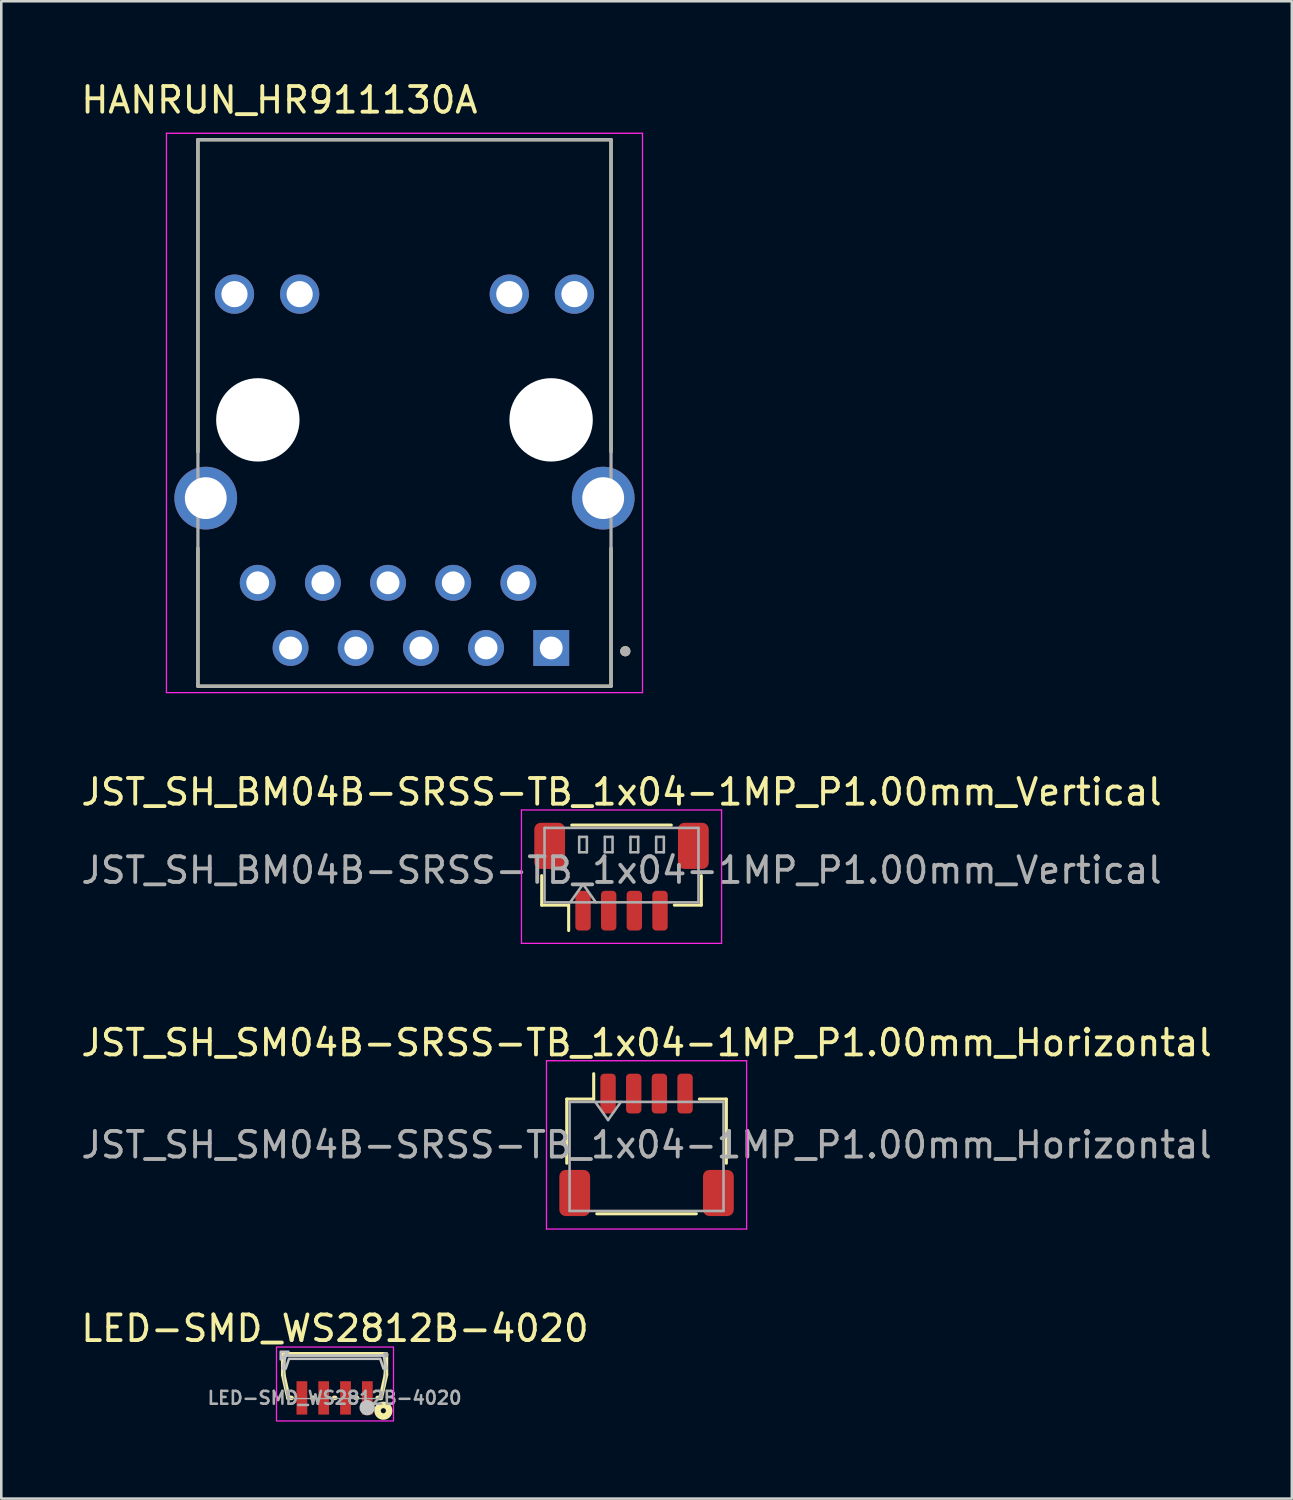
<source format=kicad_pcb>
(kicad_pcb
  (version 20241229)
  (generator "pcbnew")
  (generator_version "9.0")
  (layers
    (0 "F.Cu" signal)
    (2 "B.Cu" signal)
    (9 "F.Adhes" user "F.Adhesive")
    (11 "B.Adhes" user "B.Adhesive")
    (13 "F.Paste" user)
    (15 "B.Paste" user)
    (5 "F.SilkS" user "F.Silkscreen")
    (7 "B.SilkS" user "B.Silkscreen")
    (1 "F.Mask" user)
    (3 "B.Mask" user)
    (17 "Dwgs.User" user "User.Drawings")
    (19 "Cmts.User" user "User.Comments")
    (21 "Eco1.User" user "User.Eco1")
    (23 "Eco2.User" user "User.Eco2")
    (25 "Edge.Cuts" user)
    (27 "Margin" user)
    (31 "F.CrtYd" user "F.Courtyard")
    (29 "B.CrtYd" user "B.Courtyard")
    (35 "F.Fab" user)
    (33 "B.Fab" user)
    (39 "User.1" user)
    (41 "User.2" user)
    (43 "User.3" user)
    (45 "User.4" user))
  (footprint "JST_SH_SM04B-SRSS-TB_1x04-1MP_P1.00mm_Horizontal"
    (layer "F.Cu")
    (at 22.149 41.571)
    (property "Reference" "JST_SH_SM04B-SRSS-TB_1x04-1MP_P1.00mm_Horizontal" (at 0 -3.98 0) (layer "F.SilkS") (effects (font (size 1 1) (thickness 0.15))))
    (attr smd)
    (fp_line (start -3.11 -1.785) (end -2.06 -1.785) (stroke (width 0.12) (type solid)) (layer "F.SilkS"))
    (fp_line (start -3.11 0.715) (end -3.11 -1.785) (stroke (width 0.12) (type solid)) (layer "F.SilkS"))
    (fp_line (start -2.06 -1.785) (end -2.06 -2.775) (stroke (width 0.12) (type solid)) (layer "F.SilkS"))
    (fp_line (start -1.94 2.685) (end 1.94 2.685) (stroke (width 0.12) (type solid)) (layer "F.SilkS"))
    (fp_line (start 3.11 -1.785) (end 2.06 -1.785) (stroke (width 0.12) (type solid)) (layer "F.SilkS"))
    (fp_line (start 3.11 0.715) (end 3.11 -1.785) (stroke (width 0.12) (type solid)) (layer "F.SilkS"))
    (fp_line (start -3.9 -3.28) (end -3.9 3.28) (stroke (width 0.05) (type solid)) (layer "F.CrtYd"))
    (fp_line (start -3.9 3.28) (end 3.9 3.28) (stroke (width 0.05) (type solid)) (layer "F.CrtYd"))
    (fp_line (start 3.9 -3.28) (end -3.9 -3.28) (stroke (width 0.05) (type solid)) (layer "F.CrtYd"))
    (fp_line (start 3.9 3.28) (end 3.9 -3.28) (stroke (width 0.05) (type solid)) (layer "F.CrtYd"))
    (fp_line (start -3 -1.675) (end -3 2.575) (stroke (width 0.1) (type solid)) (layer "F.Fab"))
    (fp_line (start -3 -1.675) (end 3 -1.675) (stroke (width 0.1) (type solid)) (layer "F.Fab"))
    (fp_line (start -3 2.575) (end 3 2.575) (stroke (width 0.1) (type solid)) (layer "F.Fab"))
    (fp_line (start -2 -1.675) (end -1.5 -0.968) (stroke (width 0.1) (type solid)) (layer "F.Fab"))
    (fp_line (start -1.5 -0.968) (end -1 -1.675) (stroke (width 0.1) (type solid)) (layer "F.Fab"))
    (fp_line (start 3 -1.675) (end 3 2.575) (stroke (width 0.1) (type solid)) (layer "F.Fab"))
    (fp_text user "${REFERENCE}" (at 0 0 0) (layer "F.Fab") (effects (font (size 1 1) (thickness 0.15))))
    (pad "1" smd roundrect (at -1.5 -2) (size 0.6 1.55) (layers "F.Cu" "F.Mask" "F.Paste") (roundrect_rratio 0.25))
    (pad "2" smd roundrect (at -0.5 -2) (size 0.6 1.55) (layers "F.Cu" "F.Mask" "F.Paste") (roundrect_rratio 0.25))
    (pad "3" smd roundrect (at 0.5 -2) (size 0.6 1.55) (layers "F.Cu" "F.Mask" "F.Paste") (roundrect_rratio 0.25))
    (pad "4" smd roundrect (at 1.5 -2) (size 0.6 1.55) (layers "F.Cu" "F.Mask" "F.Paste") (roundrect_rratio 0.25))
    (pad "MP" smd roundrect (at -2.8 1.875) (size 1.2 1.8) (layers "F.Cu" "F.Mask" "F.Paste") (roundrect_rratio 0.208))
    (pad "MP" smd roundrect (at 2.8 1.875) (size 1.2 1.8) (layers "F.Cu" "F.Mask" "F.Paste") (roundrect_rratio 0.208)))
  (footprint "LED-SMD_WS2812B-4020"
    (layer "F.Cu")
    (at 9.991 51.432)
    (property "Reference" "LED-SMD_WS2812B-4020" (at 0.015 -2.708 0) (layer "F.SilkS") (effects (font (size 1 1) (thickness 0.15))))
    (fp_line (start -2 -1.7) (end 2 -1.7) (stroke (width 0.18) (type default)) (layer "F.SilkS"))
    (fp_line (start -2 -0.9) (end -2 -1.7) (stroke (width 0.18) (type default)) (layer "F.SilkS"))
    (fp_line (start -1.8 0) (end -2 -0.9) (stroke (width 0.18) (type default)) (layer "F.SilkS"))
    (fp_line (start -1.679 0) (end -1.8 0) (stroke (width 0.18) (type default)) (layer "F.SilkS"))
    (fp_line (start -0.829 0) (end -0.871 0) (stroke (width 0.18) (type default)) (layer "F.SilkS"))
    (fp_line (start 0.021 0) (end -0.021 0) (stroke (width 0.18) (type default)) (layer "F.SilkS"))
    (fp_line (start 0.871 0) (end 0.829 0) (stroke (width 0.18) (type default)) (layer "F.SilkS"))
    (fp_line (start 1.8 0) (end 1.679 0) (stroke (width 0.18) (type default)) (layer "F.SilkS"))
    (fp_line (start 2 -1.7) (end 2 -0.9) (stroke (width 0.18) (type default)) (layer "F.SilkS"))
    (fp_line (start 2 -0.9) (end 1.8 0) (stroke (width 0.18) (type default)) (layer "F.SilkS"))
    (fp_circle (center 1.9 0.5) (end 2 0.5) (stroke (width 0.254) (type default)) (fill no) (layer "F.SilkS"))
    (fp_circle (center 1.27 0.381) (end 1.42 0.381) (stroke (width 0.3) (type default)) (fill no) (layer "Dwgs.User"))
    (fp_poly (pts (xy -1.8 -1.8) (xy -2.1 -1.8) (xy -2.1 -1.5)) (stroke (width 0.1) (type default)) (fill no) (layer "Dwgs.User"))
    (fp_poly (pts (xy -2.032 -1.143) (xy -1.905 -1.651) (xy 1.905 -1.651) (xy 2.032 -1.143) (xy 1.905 -1.143) (xy 1.778 -1.524) (xy -1.778 -1.524) (xy -1.905 -1.143)) (stroke (width 0.1) (type default)) (fill no) (layer "Dwgs.User"))
    (fp_rect (start -2.265 -1.983) (end 2.295 0.9) (stroke (width 0.05) (type default)) (fill no) (layer "F.CrtYd"))
    (fp_line (start -1.99 -0.816) (end -1.83 0.025) (stroke (width 0.051) (type default)) (layer "F.Fab"))
    (fp_line (start -1.957 -1.676) (end -1.99 -0.816) (stroke (width 0.051) (type default)) (layer "F.Fab"))
    (fp_line (start -1.83 0.025) (end 1.84 0.024) (stroke (width 0.051) (type default)) (layer "F.Fab"))
    (fp_line (start 1.84 0.024) (end 1.99 -0.825) (stroke (width 0.051) (type default)) (layer "F.Fab"))
    (fp_line (start 1.947 -1.678) (end -1.957 -1.676) (stroke (width 0.051) (type default)) (layer "F.Fab"))
    (fp_line (start 1.99 -0.825) (end 1.947 -1.678) (stroke (width 0.051) (type default)) (layer "F.Fab"))
    (fp_poly (pts (xy 2.045 -1.701) (xy 2.013 -1.733) (xy 1.967 -1.733) (xy 1.935 -1.701) (xy 1.935 -1.655) (xy 1.967 -1.623) (xy 2.013 -1.623) (xy 2.045 -1.655)) (stroke (width 0.1) (type default)) (fill no) (layer "F.Fab"))
    (fp_poly (pts (xy -1.056 -0.048) (xy -1.476 -0.048) (xy -1.476 -0.667) (xy -1.056 -0.667)) (stroke (width 0.1) (type default)) (fill no) (layer "User.1"))
    (fp_poly (pts (xy -0.208 -0.019) (xy -0.628 -0.019) (xy -0.628 -0.639) (xy -0.208 -0.639)) (stroke (width 0.1) (type default)) (fill no) (layer "User.1"))
    (fp_poly (pts (xy 0.638 -0.029) (xy 0.218 -0.029) (xy 0.218 -0.649) (xy 0.638 -0.649)) (stroke (width 0.1) (type default)) (fill no) (layer "User.1"))
    (fp_poly (pts (xy 1.065 -0.649) (xy 1.485 -0.649) (xy 1.485 -0.029) (xy 1.065 -0.029)) (stroke (width 0.1) (type default)) (fill no) (layer "User.1"))
    (fp_text user "${REFERENCE}" (at 0 0 0) (layer "F.Fab") (effects (font (size 0.5 0.5) (thickness 0.1))))
    (pad "1" smd rect (at 1.275 0) (size 0.42 1.3) (layers "F.Cu" "F.Mask" "F.Paste"))
    (pad "2" smd rect (at 0.425 0 180) (size 0.42 1.3) (layers "F.Cu" "F.Mask" "F.Paste"))
    (pad "3" smd rect (at -0.425 0 180) (size 0.42 1.3) (layers "F.Cu" "F.Mask" "F.Paste"))
    (pad "4" smd rect (at -1.275 0 180) (size 0.42 1.3) (layers "F.Cu" "F.Mask" "F.Paste")))
  (footprint "JST_SH_BM04B-SRSS-TB_1x04-1MP_P1.00mm_Vertical"
    (layer "F.Cu")
    (at 21.173 31.117)
    (property "Reference" "JST_SH_BM04B-SRSS-TB_1x04-1MP_P1.00mm_Vertical" (at 0 -3.3 0) (layer "F.SilkS") (effects (font (size 1 1) (thickness 0.15))))
    (attr smd)
    (fp_line (start -3.11 -0.04) (end -3.11 1.11) (stroke (width 0.12) (type solid)) (layer "F.SilkS"))
    (fp_line (start -3.11 1.11) (end -2.06 1.11) (stroke (width 0.12) (type solid)) (layer "F.SilkS"))
    (fp_line (start -2.06 1.11) (end -2.06 2.1) (stroke (width 0.12) (type solid)) (layer "F.SilkS"))
    (fp_line (start -1.94 -2.01) (end 1.94 -2.01) (stroke (width 0.12) (type solid)) (layer "F.SilkS"))
    (fp_line (start 3.11 -0.04) (end 3.11 1.11) (stroke (width 0.12) (type solid)) (layer "F.SilkS"))
    (fp_line (start 3.11 1.11) (end 2.06 1.11) (stroke (width 0.12) (type solid)) (layer "F.SilkS"))
    (fp_line (start -3.9 -2.6) (end -3.9 2.6) (stroke (width 0.05) (type solid)) (layer "F.CrtYd"))
    (fp_line (start -3.9 2.6) (end 3.9 2.6) (stroke (width 0.05) (type solid)) (layer "F.CrtYd"))
    (fp_line (start 3.9 -2.6) (end -3.9 -2.6) (stroke (width 0.05) (type solid)) (layer "F.CrtYd"))
    (fp_line (start 3.9 2.6) (end 3.9 -2.6) (stroke (width 0.05) (type solid)) (layer "F.CrtYd"))
    (fp_line (start -3 -1.9) (end 3 -1.9) (stroke (width 0.1) (type solid)) (layer "F.Fab"))
    (fp_line (start -3 1) (end -3 -1.9) (stroke (width 0.1) (type solid)) (layer "F.Fab"))
    (fp_line (start -3 1) (end 3 1) (stroke (width 0.1) (type solid)) (layer "F.Fab"))
    (fp_line (start -2 1) (end -1.5 0.293) (stroke (width 0.1) (type solid)) (layer "F.Fab"))
    (fp_line (start -1.65 -1.55) (end -1.65 -0.95) (stroke (width 0.1) (type solid)) (layer "F.Fab"))
    (fp_line (start -1.65 -0.95) (end -1.35 -0.95) (stroke (width 0.1) (type solid)) (layer "F.Fab"))
    (fp_line (start -1.5 0.293) (end -1 1) (stroke (width 0.1) (type solid)) (layer "F.Fab"))
    (fp_line (start -1.35 -1.55) (end -1.65 -1.55) (stroke (width 0.1) (type solid)) (layer "F.Fab"))
    (fp_line (start -1.35 -0.95) (end -1.35 -1.55) (stroke (width 0.1) (type solid)) (layer "F.Fab"))
    (fp_line (start -0.65 -1.55) (end -0.65 -0.95) (stroke (width 0.1) (type solid)) (layer "F.Fab"))
    (fp_line (start -0.65 -0.95) (end -0.35 -0.95) (stroke (width 0.1) (type solid)) (layer "F.Fab"))
    (fp_line (start -0.35 -1.55) (end -0.65 -1.55) (stroke (width 0.1) (type solid)) (layer "F.Fab"))
    (fp_line (start -0.35 -0.95) (end -0.35 -1.55) (stroke (width 0.1) (type solid)) (layer "F.Fab"))
    (fp_line (start 0.35 -1.55) (end 0.35 -0.95) (stroke (width 0.1) (type solid)) (layer "F.Fab"))
    (fp_line (start 0.35 -0.95) (end 0.65 -0.95) (stroke (width 0.1) (type solid)) (layer "F.Fab"))
    (fp_line (start 0.65 -1.55) (end 0.35 -1.55) (stroke (width 0.1) (type solid)) (layer "F.Fab"))
    (fp_line (start 0.65 -0.95) (end 0.65 -1.55) (stroke (width 0.1) (type solid)) (layer "F.Fab"))
    (fp_line (start 1.35 -1.55) (end 1.35 -0.95) (stroke (width 0.1) (type solid)) (layer "F.Fab"))
    (fp_line (start 1.35 -0.95) (end 1.65 -0.95) (stroke (width 0.1) (type solid)) (layer "F.Fab"))
    (fp_line (start 1.65 -1.55) (end 1.35 -1.55) (stroke (width 0.1) (type solid)) (layer "F.Fab"))
    (fp_line (start 1.65 -0.95) (end 1.65 -1.55) (stroke (width 0.1) (type solid)) (layer "F.Fab"))
    (fp_line (start 3 1) (end 3 -1.9) (stroke (width 0.1) (type solid)) (layer "F.Fab"))
    (fp_text user "${REFERENCE}" (at 0 -0.25 0) (layer "F.Fab") (effects (font (size 1 1) (thickness 0.15))))
    (pad "1" smd roundrect (at -1.5 1.325) (size 0.6 1.55) (layers "F.Cu" "F.Mask" "F.Paste") (roundrect_rratio 0.25))
    (pad "2" smd roundrect (at -0.5 1.325) (size 0.6 1.55) (layers "F.Cu" "F.Mask" "F.Paste") (roundrect_rratio 0.25))
    (pad "3" smd roundrect (at 0.5 1.325) (size 0.6 1.55) (layers "F.Cu" "F.Mask" "F.Paste") (roundrect_rratio 0.25))
    (pad "4" smd roundrect (at 1.5 1.325) (size 0.6 1.55) (layers "F.Cu" "F.Mask" "F.Paste") (roundrect_rratio 0.25))
    (pad "MP" smd roundrect (at -2.8 -1.2) (size 1.2 1.8) (layers "F.Cu" "F.Mask" "F.Paste") (roundrect_rratio 0.208))
    (pad "MP" smd roundrect (at 2.8 -1.2) (size 1.2 1.8) (layers "F.Cu" "F.Mask" "F.Paste") (roundrect_rratio 0.208)))
  (footprint "HANRUN_HR911130A"
    (layer "F.Cu")
    (at 12.714 13.314)
    (property "Reference" "HANRUN_HR911130A" (at -4.875 -12.466 0) (layer "F.SilkS") (effects (font (size 1 1) (thickness 0.15))))
    (attr through_hole)
    (fp_line (start -8.05 1.25) (end -8.05 -10.92) (stroke (width 0.127) (type solid)) (layer "F.SilkS"))
    (fp_line (start -8.05 10.38) (end -8.05 5) (stroke (width 0.127) (type solid)) (layer "F.SilkS"))
    (fp_line (start -8.05 10.38) (end 8.05 10.38) (stroke (width 0.127) (type solid)) (layer "F.SilkS"))
    (fp_line (start 8.05 -10.92) (end -8.05 -10.92) (stroke (width 0.127) (type solid)) (layer "F.SilkS"))
    (fp_line (start 8.05 1.25) (end 8.05 -10.92) (stroke (width 0.127) (type solid)) (layer "F.SilkS"))
    (fp_line (start 8.05 10.38) (end 8.05 5) (stroke (width 0.127) (type solid)) (layer "F.SilkS"))
    (fp_circle (center 8.607 9.017) (end 8.707 9.017) (stroke (width 0.2) (type solid)) (fill no) (layer "F.SilkS"))
    (fp_line (start -9.277 -11.17) (end 9.277 -11.17) (stroke (width 0.05) (type solid)) (layer "F.CrtYd"))
    (fp_line (start -9.277 10.63) (end -9.277 -11.17) (stroke (width 0.05) (type solid)) (layer "F.CrtYd"))
    (fp_line (start 9.277 -11.17) (end 9.277 10.63) (stroke (width 0.05) (type solid)) (layer "F.CrtYd"))
    (fp_line (start 9.277 10.63) (end -9.277 10.63) (stroke (width 0.05) (type solid)) (layer "F.CrtYd"))
    (fp_line (start -8.05 -10.92) (end -8.05 10.38) (stroke (width 0.127) (type solid)) (layer "F.Fab"))
    (fp_line (start -8.05 10.38) (end 8.05 10.38) (stroke (width 0.127) (type solid)) (layer "F.Fab"))
    (fp_line (start 8.05 -10.92) (end -8.05 -10.92) (stroke (width 0.127) (type solid)) (layer "F.Fab"))
    (fp_line (start 8.05 10.38) (end 8.05 -10.92) (stroke (width 0.127) (type solid)) (layer "F.Fab"))
    (fp_circle (center 8.607 9.017) (end 8.707 9.017) (stroke (width 0.2) (type solid)) (fill no) (layer "F.Fab"))
    (pad "" np_thru_hole circle (at -5.715 0) (size 3.25 3.25) (drill 3.25) (layers "*.Cu" "*.Mask"))
    (pad "" np_thru_hole circle (at 5.715 0) (size 3.25 3.25) (drill 3.25) (layers "*.Cu" "*.Mask"))
    (pad "1" thru_hole rect (at 5.72 8.89) (size 1.398 1.398) (drill 0.89) (layers "*.Cu" "*.Mask"))
    (pad "2" thru_hole circle (at 4.44 6.35) (size 1.398 1.398) (drill 0.89) (layers "*.Cu" "*.Mask"))
    (pad "3" thru_hole circle (at 3.18 8.89) (size 1.398 1.398) (drill 0.89) (layers "*.Cu" "*.Mask"))
    (pad "4" thru_hole circle (at 1.9 6.35) (size 1.398 1.398) (drill 0.89) (layers "*.Cu" "*.Mask"))
    (pad "5" thru_hole circle (at 0.64 8.89) (size 1.398 1.398) (drill 0.89) (layers "*.Cu" "*.Mask"))
    (pad "6" thru_hole circle (at -0.64 6.35) (size 1.398 1.398) (drill 0.89) (layers "*.Cu" "*.Mask"))
    (pad "7" thru_hole circle (at -1.9 8.89) (size 1.398 1.398) (drill 0.89) (layers "*.Cu" "*.Mask"))
    (pad "8" thru_hole circle (at -3.18 6.35) (size 1.398 1.398) (drill 0.89) (layers "*.Cu" "*.Mask"))
    (pad "9" thru_hole circle (at -4.44 8.89) (size 1.398 1.398) (drill 0.89) (layers "*.Cu" "*.Mask"))
    (pad "10" thru_hole circle (at -5.72 6.35) (size 1.398 1.398) (drill 0.89) (layers "*.Cu" "*.Mask"))
    (pad "11" thru_hole circle (at 6.625 -4.9) (size 1.53 1.53) (drill 1.02) (layers "*.Cu" "*.Mask"))
    (pad "12" thru_hole circle (at 4.085 -4.9) (size 1.53 1.53) (drill 1.02) (layers "*.Cu" "*.Mask"))
    (pad "13" thru_hole circle (at -4.085 -4.9) (size 1.53 1.53) (drill 1.02) (layers "*.Cu" "*.Mask"))
    (pad "14" thru_hole circle (at -6.625 -4.9) (size 1.53 1.53) (drill 1.02) (layers "*.Cu" "*.Mask"))
    (pad "S1" thru_hole circle (at 7.745 3.05) (size 2.445 2.445) (drill 1.63) (layers "*.Cu" "*.Mask"))
    (pad "S2" thru_hole circle (at -7.745 3.05) (size 2.445 2.445) (drill 1.63) (layers "*.Cu" "*.Mask")))
  (gr_rect
    (start -3 -3)
    (end 47.298 55.357)
    (stroke (width 0.1) (type default))
    (fill no)
    (layer "Edge.Cuts")))
</source>
